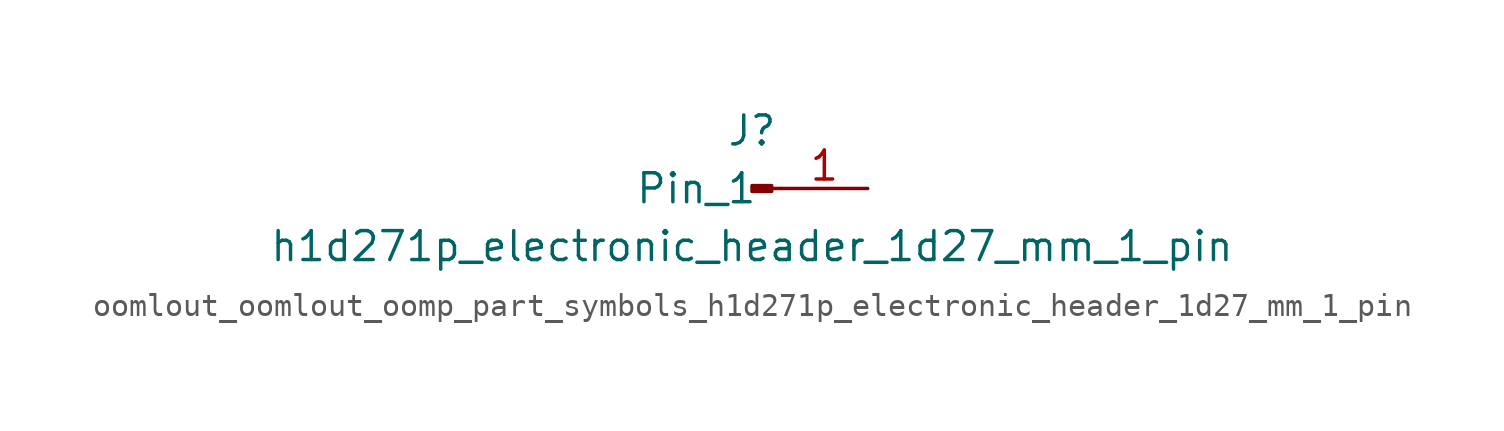
<source format=kicad_sym>
(kicad_symbol_lib
  (version 20220914)
  (generator kicad_symbol_editor)
  (symbol "oomlout_oomlout_oomp_part_symbols_h1d271p_electronic_header_1d27_mm_1_pin"
    (pin_names
      (offset 1.016))
    (property "Reference" "J"
      (at 0 2.54 0)
      (effects (font (size 1.27 1.27))))
    (property "Value" "h1d271p_electronic_header_1d27_mm_1_pin"
      (at 0 -2.54 0)
      (effects (font (size 1.27 1.27))))
    (property "ki_locked" ""
      (at 0 0 0)
      (effects (font (size 1.27 1.27))))
    (symbol "oomlout_oomlout_oomp_part_symbols_h1d271p_electronic_header_1d27_mm_1_pin_1_1"
      (polyline (pts (xy 1.27 0) (xy 0.864 0)) (stroke (width 0.152) (type default)) (fill (type none)))
      (rectangle (start 0.864 0.127) (end 0 -0.127) (stroke (width 0.152) (type default)) (fill (type outline)))
      (pin passive line (at 5.08 0 180) (length 3.81) (name "Pin_1" (effects (font (size 1.27 1.27)))) (number "1" (effects (font (size 1.27 1.27))))))))
</source>
